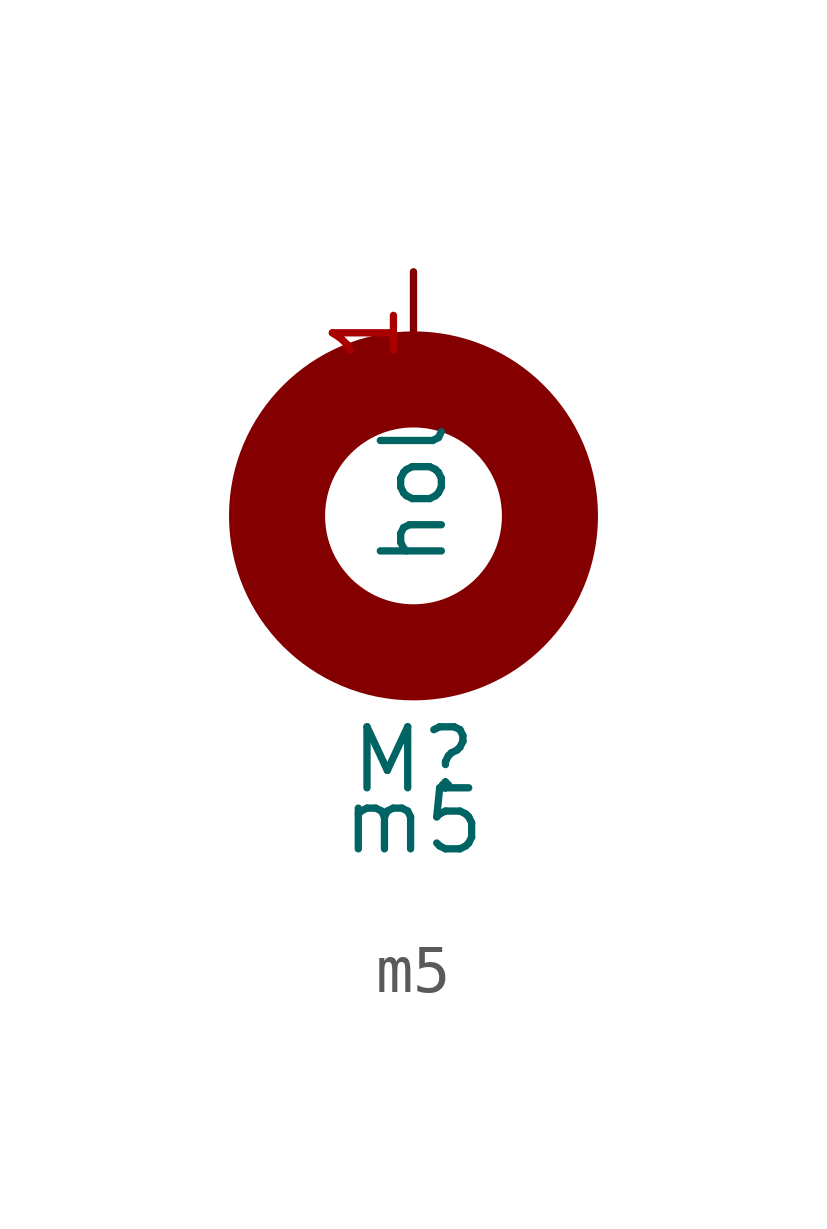
<source format=kicad_sym>
(kicad_symbol_lib
  (version 20211014)
  (generator kicad_symbol_editor)
  (symbol "m5"
    (property "Reference" "M"
      (at 0 -7.62 0)
      (effects (font (size 1.27 1.27))))
    (property "Value" "m5"
      (at 0 -8.89 0)
      (effects (font (size 1.27 1.27))))
    (symbol "m5_0_1"
      (circle (center 0 -2.54) (radius 2.84) (stroke (width 2) (type default) (color 0 0 0 0)) (fill (type none))))
    (symbol "m5_1_1"
      (pin passive line (at 0 2.54 270) (length 2.54) (name "hol" (effects (font (size 1.27 1.27)))) (number "1" (effects (font (size 1.27 1.27))))))))
</source>
